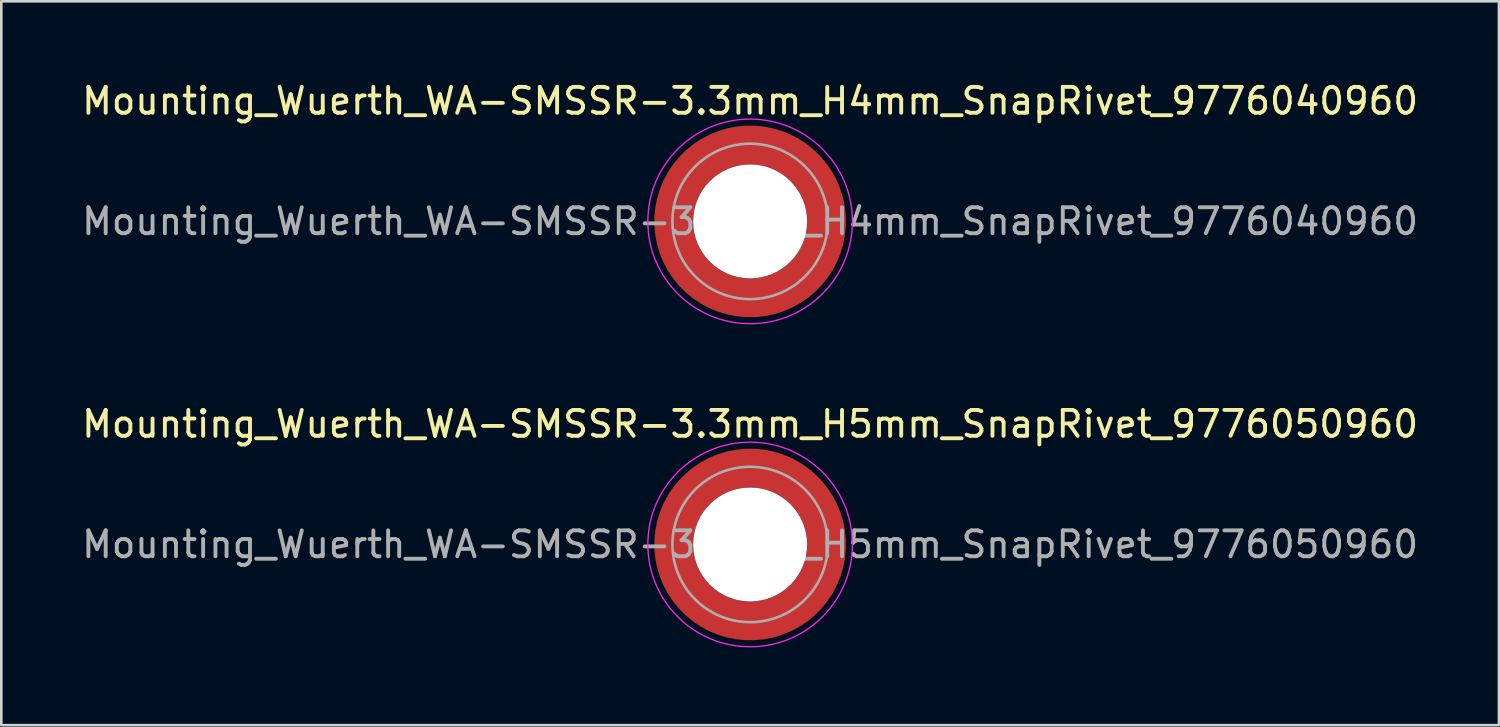
<source format=kicad_pcb>
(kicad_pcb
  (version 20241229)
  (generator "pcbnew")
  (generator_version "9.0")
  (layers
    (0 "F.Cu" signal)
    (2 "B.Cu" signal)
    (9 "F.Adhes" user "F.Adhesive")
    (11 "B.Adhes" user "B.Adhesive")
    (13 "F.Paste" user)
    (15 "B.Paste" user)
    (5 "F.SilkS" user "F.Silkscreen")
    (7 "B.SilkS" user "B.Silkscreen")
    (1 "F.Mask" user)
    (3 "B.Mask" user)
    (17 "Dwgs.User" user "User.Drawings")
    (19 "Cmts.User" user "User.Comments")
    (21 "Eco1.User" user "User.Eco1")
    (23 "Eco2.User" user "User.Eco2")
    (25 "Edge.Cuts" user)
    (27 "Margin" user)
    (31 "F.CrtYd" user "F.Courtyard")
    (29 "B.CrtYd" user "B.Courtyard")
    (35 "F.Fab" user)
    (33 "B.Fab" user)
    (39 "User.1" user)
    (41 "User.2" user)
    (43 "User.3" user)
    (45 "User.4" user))
  (footprint "Mounting_Wuerth_WA-SMSSR-3.3mm_H5mm_SnapRivet_9776050960"
    (layer "F.Cu")
    (at 25.911 17.971)
    (property "Reference" "Mounting_Wuerth_WA-SMSSR-3.3mm_H5mm_SnapRivet_9776050960" (at 0 -4.65 0) (layer "F.SilkS") (effects (font (size 1 1) (thickness 0.15))))
    (attr smd)
    (fp_circle (center 0 0) (end 3.95 0) (stroke (width 0.05) (type solid)) (fill no) (layer "F.CrtYd"))
    (fp_circle (center 0 0) (end 3 0) (stroke (width 0.1) (type solid)) (fill no) (layer "F.Fab"))
    (fp_text user "${REFERENCE}" (at 0 0 0) (layer "F.Fab") (effects (font (size 1 1) (thickness 0.15))))
    (pad "" smd custom (at -2.077 -2.077) (size 0.995 0.995) (layers "F.Paste") (options (anchor circle)) (primitives (gr_arc (start -0.208831 1.577126) (mid 0.422496 0.422496) (end 1.577126 -0.208831) (width 0.2)) (gr_arc (start -0.310669 1.577126) (mid 0.35208 0.35208) (end 1.577126 -0.310669) (width 0.2)) (gr_arc (start -0.412325 1.577126) (mid 0.281664 0.281664) (end 1.577126 -0.412325) (width 0.2)) (gr_arc (start -0.51382 1.577126) (mid 0.211248 0.211248) (end 1.577126 -0.51382) (width 0.2)) (gr_arc (start -0.615172 1.577126) (mid 0.140832 0.140832) (end 1.577126 -0.615172) (width 0.2)) (gr_arc (start -0.716397 1.577126) (mid 0.070416 0.070416) (end 1.577126 -0.716397) (width 0.2)) (gr_arc (start -0.817508 1.577126) (mid 0 0) (end 1.577126 -0.817508) (width 0.2)) (gr_arc (start -0.918517 1.577126) (mid -0.070416 -0.070416) (end 1.577126 -0.918517) (width 0.2)) (gr_arc (start -1.019433 1.577126) (mid -0.140832 -0.140832) (end 1.577126 -1.019433) (width 0.2)) (gr_arc (start -1.120266 1.577126) (mid -0.211248 -0.211248) (end 1.577126 -1.120266) (width 0.2)) (gr_arc (start -1.221022 1.577126) (mid -0.281664 -0.281664) (end 1.577126 -1.221022) (width 0.2)) (gr_arc (start -1.32171 1.577126) (mid -0.35208 -0.35208) (end 1.577126 -1.32171) (width 0.2)) (gr_arc (start -1.422335 1.577126) (mid -0.422497 -0.422497) (end 1.577126 -1.422335) (width 0.2)) (gr_line (start 1.577 -0.209) (end 1.577 -1.422) (width 0.2)) (gr_line (start -0.209 1.577) (end -1.422 1.577) (width 0.2))))
    (pad "" smd custom (at -2.077 2.077) (size 0.995 0.995) (layers "F.Paste") (options (anchor circle)) (primitives (gr_arc (start 1.577126 0.208831) (mid 0.422496 -0.422496) (end -0.208831 -1.577126) (width 0.2)) (gr_arc (start 1.577126 0.310669) (mid 0.35208 -0.35208) (end -0.310669 -1.577126) (width 0.2)) (gr_arc (start 1.577126 0.412325) (mid 0.281664 -0.281664) (end -0.412325 -1.577126) (width 0.2)) (gr_arc (start 1.577126 0.51382) (mid 0.211248 -0.211248) (end -0.51382 -1.577126) (width 0.2)) (gr_arc (start 1.577126 0.615172) (mid 0.140832 -0.140832) (end -0.615172 -1.577126) (width 0.2)) (gr_arc (start 1.577126 0.716397) (mid 0.070416 -0.070416) (end -0.716397 -1.577126) (width 0.2)) (gr_arc (start 1.577126 0.817508) (mid 0 0) (end -0.817508 -1.577126) (width 0.2)) (gr_arc (start 1.577126 0.918517) (mid -0.070416 0.070416) (end -0.918517 -1.577126) (width 0.2)) (gr_arc (start 1.577126 1.019433) (mid -0.140832 0.140832) (end -1.019433 -1.577126) (width 0.2)) (gr_arc (start 1.577126 1.120266) (mid -0.211248 0.211248) (end -1.120266 -1.577126) (width 0.2)) (gr_arc (start 1.577126 1.221022) (mid -0.281664 0.281664) (end -1.221022 -1.577126) (width 0.2)) (gr_arc (start 1.577126 1.32171) (mid -0.35208 0.35208) (end -1.32171 -1.577126) (width 0.2)) (gr_arc (start 1.577126 1.422335) (mid -0.422497 0.422497) (end -1.422335 -1.577126) (width 0.2)) (gr_line (start -0.209 -1.577) (end -1.422 -1.577) (width 0.2)) (gr_line (start 1.577 0.209) (end 1.577 1.422) (width 0.2))))
    (pad "" np_thru_hole circle (at 0 0) (size 4.4 4.4) (drill 4.4) (layers "*.Cu" "*.Mask"))
    (pad "" smd custom (at 2.077 -2.077) (size 0.995 0.995) (layers "F.Paste") (options (anchor circle)) (primitives (gr_arc (start -1.577126 -0.208831) (mid -0.422496 0.422496) (end 0.208831 1.577126) (width 0.2)) (gr_arc (start -1.577126 -0.310669) (mid -0.35208 0.35208) (end 0.310669 1.577126) (width 0.2)) (gr_arc (start -1.577126 -0.412325) (mid -0.281664 0.281664) (end 0.412325 1.577126) (width 0.2)) (gr_arc (start -1.577126 -0.51382) (mid -0.211248 0.211248) (end 0.51382 1.577126) (width 0.2)) (gr_arc (start -1.577126 -0.615172) (mid -0.140832 0.140832) (end 0.615172 1.577126) (width 0.2)) (gr_arc (start -1.577126 -0.716397) (mid -0.070416 0.070416) (end 0.716397 1.577126) (width 0.2)) (gr_arc (start -1.577126 -0.817508) (mid 0 0) (end 0.817508 1.577126) (width 0.2)) (gr_arc (start -1.577126 -0.918517) (mid 0.070416 -0.070416) (end 0.918517 1.577126) (width 0.2)) (gr_arc (start -1.577126 -1.019433) (mid 0.140832 -0.140832) (end 1.019433 1.577126) (width 0.2)) (gr_arc (start -1.577126 -1.120266) (mid 0.211248 -0.211248) (end 1.120266 1.577126) (width 0.2)) (gr_arc (start -1.577126 -1.221022) (mid 0.281664 -0.281664) (end 1.221022 1.577126) (width 0.2)) (gr_arc (start -1.577126 -1.32171) (mid 0.35208 -0.35208) (end 1.32171 1.577126) (width 0.2)) (gr_arc (start -1.577126 -1.422335) (mid 0.422497 -0.422497) (end 1.422335 1.577126) (width 0.2)) (gr_line (start 0.209 1.577) (end 1.422 1.577) (width 0.2)) (gr_line (start -1.577 -0.209) (end -1.577 -1.422) (width 0.2))))
    (pad "" smd custom (at 2.077 2.077) (size 0.995 0.995) (layers "F.Paste") (options (anchor circle)) (primitives (gr_arc (start 0.208831 -1.577126) (mid -0.422496 -0.422496) (end -1.577126 0.208831) (width 0.2)) (gr_arc (start 0.310669 -1.577126) (mid -0.35208 -0.35208) (end -1.577126 0.310669) (width 0.2)) (gr_arc (start 0.412325 -1.577126) (mid -0.281664 -0.281664) (end -1.577126 0.412325) (width 0.2)) (gr_arc (start 0.51382 -1.577126) (mid -0.211248 -0.211248) (end -1.577126 0.51382) (width 0.2)) (gr_arc (start 0.615172 -1.577126) (mid -0.140832 -0.140832) (end -1.577126 0.615172) (width 0.2)) (gr_arc (start 0.716397 -1.577126) (mid -0.070416 -0.070416) (end -1.577126 0.716397) (width 0.2)) (gr_arc (start 0.817508 -1.577126) (mid 0 0) (end -1.577126 0.817508) (width 0.2)) (gr_arc (start 0.918517 -1.577126) (mid 0.070416 0.070416) (end -1.577126 0.918517) (width 0.2)) (gr_arc (start 1.019433 -1.577126) (mid 0.140832 0.140832) (end -1.577126 1.019433) (width 0.2)) (gr_arc (start 1.120266 -1.577126) (mid 0.211248 0.211248) (end -1.577126 1.120266) (width 0.2)) (gr_arc (start 1.221022 -1.577126) (mid 0.281664 0.281664) (end -1.577126 1.221022) (width 0.2)) (gr_arc (start 1.32171 -1.577126) (mid 0.35208 0.35208) (end -1.577126 1.32171) (width 0.2)) (gr_arc (start 1.422335 -1.577126) (mid 0.422497 0.422497) (end -1.577126 1.422335) (width 0.2)) (gr_line (start -1.577 0.209) (end -1.577 1.422) (width 0.2)) (gr_line (start 0.209 -1.577) (end 1.422 -1.577) (width 0.2))))
    (pad "1" smd circle (at -2.95 0) (size 1.1 1.1) (layers "F.Cu"))
    (pad "1" smd circle (at 0 -2.95) (size 1.1 1.1) (layers "F.Cu"))
    (pad "1" smd circle (at 0 2.95) (size 1.1 1.1) (layers "F.Cu"))
    (pad "1" smd custom (at 2.95 0) (size 1.1 1.1) (layers "F.Cu" "F.Mask") (options (anchor circle)) (primitives (gr_circle (center -2.95 0) (end 0 0) (width 1.5) (fill no)))))
  (footprint "Mounting_Wuerth_WA-SMSSR-3.3mm_H4mm_SnapRivet_9776040960"
    (layer "F.Cu")
    (at 25.911 5.498)
    (property "Reference" "Mounting_Wuerth_WA-SMSSR-3.3mm_H4mm_SnapRivet_9776040960" (at 0 -4.65 0) (layer "F.SilkS") (effects (font (size 1 1) (thickness 0.15))))
    (attr smd)
    (fp_circle (center 0 0) (end 3.95 0) (stroke (width 0.05) (type solid)) (fill no) (layer "F.CrtYd"))
    (fp_circle (center 0 0) (end 3 0) (stroke (width 0.1) (type solid)) (fill no) (layer "F.Fab"))
    (fp_text user "${REFERENCE}" (at 0 0 0) (layer "F.Fab") (effects (font (size 1 1) (thickness 0.15))))
    (pad "" smd custom (at -2.077 -2.077) (size 0.995 0.995) (layers "F.Paste") (options (anchor circle)) (primitives (gr_arc (start -0.208831 1.577126) (mid 0.422496 0.422496) (end 1.577126 -0.208831) (width 0.2)) (gr_arc (start -0.310669 1.577126) (mid 0.35208 0.35208) (end 1.577126 -0.310669) (width 0.2)) (gr_arc (start -0.412325 1.577126) (mid 0.281664 0.281664) (end 1.577126 -0.412325) (width 0.2)) (gr_arc (start -0.51382 1.577126) (mid 0.211248 0.211248) (end 1.577126 -0.51382) (width 0.2)) (gr_arc (start -0.615172 1.577126) (mid 0.140832 0.140832) (end 1.577126 -0.615172) (width 0.2)) (gr_arc (start -0.716397 1.577126) (mid 0.070416 0.070416) (end 1.577126 -0.716397) (width 0.2)) (gr_arc (start -0.817508 1.577126) (mid 0 0) (end 1.577126 -0.817508) (width 0.2)) (gr_arc (start -0.918517 1.577126) (mid -0.070416 -0.070416) (end 1.577126 -0.918517) (width 0.2)) (gr_arc (start -1.019433 1.577126) (mid -0.140832 -0.140832) (end 1.577126 -1.019433) (width 0.2)) (gr_arc (start -1.120266 1.577126) (mid -0.211248 -0.211248) (end 1.577126 -1.120266) (width 0.2)) (gr_arc (start -1.221022 1.577126) (mid -0.281664 -0.281664) (end 1.577126 -1.221022) (width 0.2)) (gr_arc (start -1.32171 1.577126) (mid -0.35208 -0.35208) (end 1.577126 -1.32171) (width 0.2)) (gr_arc (start -1.422335 1.577126) (mid -0.422497 -0.422497) (end 1.577126 -1.422335) (width 0.2)) (gr_line (start 1.577 -0.209) (end 1.577 -1.422) (width 0.2)) (gr_line (start -0.209 1.577) (end -1.422 1.577) (width 0.2))))
    (pad "" smd custom (at -2.077 2.077) (size 0.995 0.995) (layers "F.Paste") (options (anchor circle)) (primitives (gr_arc (start 1.577126 0.208831) (mid 0.422496 -0.422496) (end -0.208831 -1.577126) (width 0.2)) (gr_arc (start 1.577126 0.310669) (mid 0.35208 -0.35208) (end -0.310669 -1.577126) (width 0.2)) (gr_arc (start 1.577126 0.412325) (mid 0.281664 -0.281664) (end -0.412325 -1.577126) (width 0.2)) (gr_arc (start 1.577126 0.51382) (mid 0.211248 -0.211248) (end -0.51382 -1.577126) (width 0.2)) (gr_arc (start 1.577126 0.615172) (mid 0.140832 -0.140832) (end -0.615172 -1.577126) (width 0.2)) (gr_arc (start 1.577126 0.716397) (mid 0.070416 -0.070416) (end -0.716397 -1.577126) (width 0.2)) (gr_arc (start 1.577126 0.817508) (mid 0 0) (end -0.817508 -1.577126) (width 0.2)) (gr_arc (start 1.577126 0.918517) (mid -0.070416 0.070416) (end -0.918517 -1.577126) (width 0.2)) (gr_arc (start 1.577126 1.019433) (mid -0.140832 0.140832) (end -1.019433 -1.577126) (width 0.2)) (gr_arc (start 1.577126 1.120266) (mid -0.211248 0.211248) (end -1.120266 -1.577126) (width 0.2)) (gr_arc (start 1.577126 1.221022) (mid -0.281664 0.281664) (end -1.221022 -1.577126) (width 0.2)) (gr_arc (start 1.577126 1.32171) (mid -0.35208 0.35208) (end -1.32171 -1.577126) (width 0.2)) (gr_arc (start 1.577126 1.422335) (mid -0.422497 0.422497) (end -1.422335 -1.577126) (width 0.2)) (gr_line (start -0.209 -1.577) (end -1.422 -1.577) (width 0.2)) (gr_line (start 1.577 0.209) (end 1.577 1.422) (width 0.2))))
    (pad "" np_thru_hole circle (at 0 0) (size 4.4 4.4) (drill 4.4) (layers "*.Cu" "*.Mask"))
    (pad "" smd custom (at 2.077 -2.077) (size 0.995 0.995) (layers "F.Paste") (options (anchor circle)) (primitives (gr_arc (start -1.577126 -0.208831) (mid -0.422496 0.422496) (end 0.208831 1.577126) (width 0.2)) (gr_arc (start -1.577126 -0.310669) (mid -0.35208 0.35208) (end 0.310669 1.577126) (width 0.2)) (gr_arc (start -1.577126 -0.412325) (mid -0.281664 0.281664) (end 0.412325 1.577126) (width 0.2)) (gr_arc (start -1.577126 -0.51382) (mid -0.211248 0.211248) (end 0.51382 1.577126) (width 0.2)) (gr_arc (start -1.577126 -0.615172) (mid -0.140832 0.140832) (end 0.615172 1.577126) (width 0.2)) (gr_arc (start -1.577126 -0.716397) (mid -0.070416 0.070416) (end 0.716397 1.577126) (width 0.2)) (gr_arc (start -1.577126 -0.817508) (mid 0 0) (end 0.817508 1.577126) (width 0.2)) (gr_arc (start -1.577126 -0.918517) (mid 0.070416 -0.070416) (end 0.918517 1.577126) (width 0.2)) (gr_arc (start -1.577126 -1.019433) (mid 0.140832 -0.140832) (end 1.019433 1.577126) (width 0.2)) (gr_arc (start -1.577126 -1.120266) (mid 0.211248 -0.211248) (end 1.120266 1.577126) (width 0.2)) (gr_arc (start -1.577126 -1.221022) (mid 0.281664 -0.281664) (end 1.221022 1.577126) (width 0.2)) (gr_arc (start -1.577126 -1.32171) (mid 0.35208 -0.35208) (end 1.32171 1.577126) (width 0.2)) (gr_arc (start -1.577126 -1.422335) (mid 0.422497 -0.422497) (end 1.422335 1.577126) (width 0.2)) (gr_line (start 0.209 1.577) (end 1.422 1.577) (width 0.2)) (gr_line (start -1.577 -0.209) (end -1.577 -1.422) (width 0.2))))
    (pad "" smd custom (at 2.077 2.077) (size 0.995 0.995) (layers "F.Paste") (options (anchor circle)) (primitives (gr_arc (start 0.208831 -1.577126) (mid -0.422496 -0.422496) (end -1.577126 0.208831) (width 0.2)) (gr_arc (start 0.310669 -1.577126) (mid -0.35208 -0.35208) (end -1.577126 0.310669) (width 0.2)) (gr_arc (start 0.412325 -1.577126) (mid -0.281664 -0.281664) (end -1.577126 0.412325) (width 0.2)) (gr_arc (start 0.51382 -1.577126) (mid -0.211248 -0.211248) (end -1.577126 0.51382) (width 0.2)) (gr_arc (start 0.615172 -1.577126) (mid -0.140832 -0.140832) (end -1.577126 0.615172) (width 0.2)) (gr_arc (start 0.716397 -1.577126) (mid -0.070416 -0.070416) (end -1.577126 0.716397) (width 0.2)) (gr_arc (start 0.817508 -1.577126) (mid 0 0) (end -1.577126 0.817508) (width 0.2)) (gr_arc (start 0.918517 -1.577126) (mid 0.070416 0.070416) (end -1.577126 0.918517) (width 0.2)) (gr_arc (start 1.019433 -1.577126) (mid 0.140832 0.140832) (end -1.577126 1.019433) (width 0.2)) (gr_arc (start 1.120266 -1.577126) (mid 0.211248 0.211248) (end -1.577126 1.120266) (width 0.2)) (gr_arc (start 1.221022 -1.577126) (mid 0.281664 0.281664) (end -1.577126 1.221022) (width 0.2)) (gr_arc (start 1.32171 -1.577126) (mid 0.35208 0.35208) (end -1.577126 1.32171) (width 0.2)) (gr_arc (start 1.422335 -1.577126) (mid 0.422497 0.422497) (end -1.577126 1.422335) (width 0.2)) (gr_line (start -1.577 0.209) (end -1.577 1.422) (width 0.2)) (gr_line (start 0.209 -1.577) (end 1.422 -1.577) (width 0.2))))
    (pad "1" smd circle (at -2.95 0) (size 1.1 1.1) (layers "F.Cu"))
    (pad "1" smd circle (at 0 -2.95) (size 1.1 1.1) (layers "F.Cu"))
    (pad "1" smd circle (at 0 2.95) (size 1.1 1.1) (layers "F.Cu"))
    (pad "1" smd custom (at 2.95 0) (size 1.1 1.1) (layers "F.Cu" "F.Mask") (options (anchor circle)) (primitives (gr_circle (center -2.95 0) (end 0 0) (width 1.5) (fill no)))))
  (gr_rect
    (start -3 -3)
    (end 54.821 24.947)
    (stroke (width 0.1) (type default))
    (fill no)
    (layer "Edge.Cuts")))
</source>
